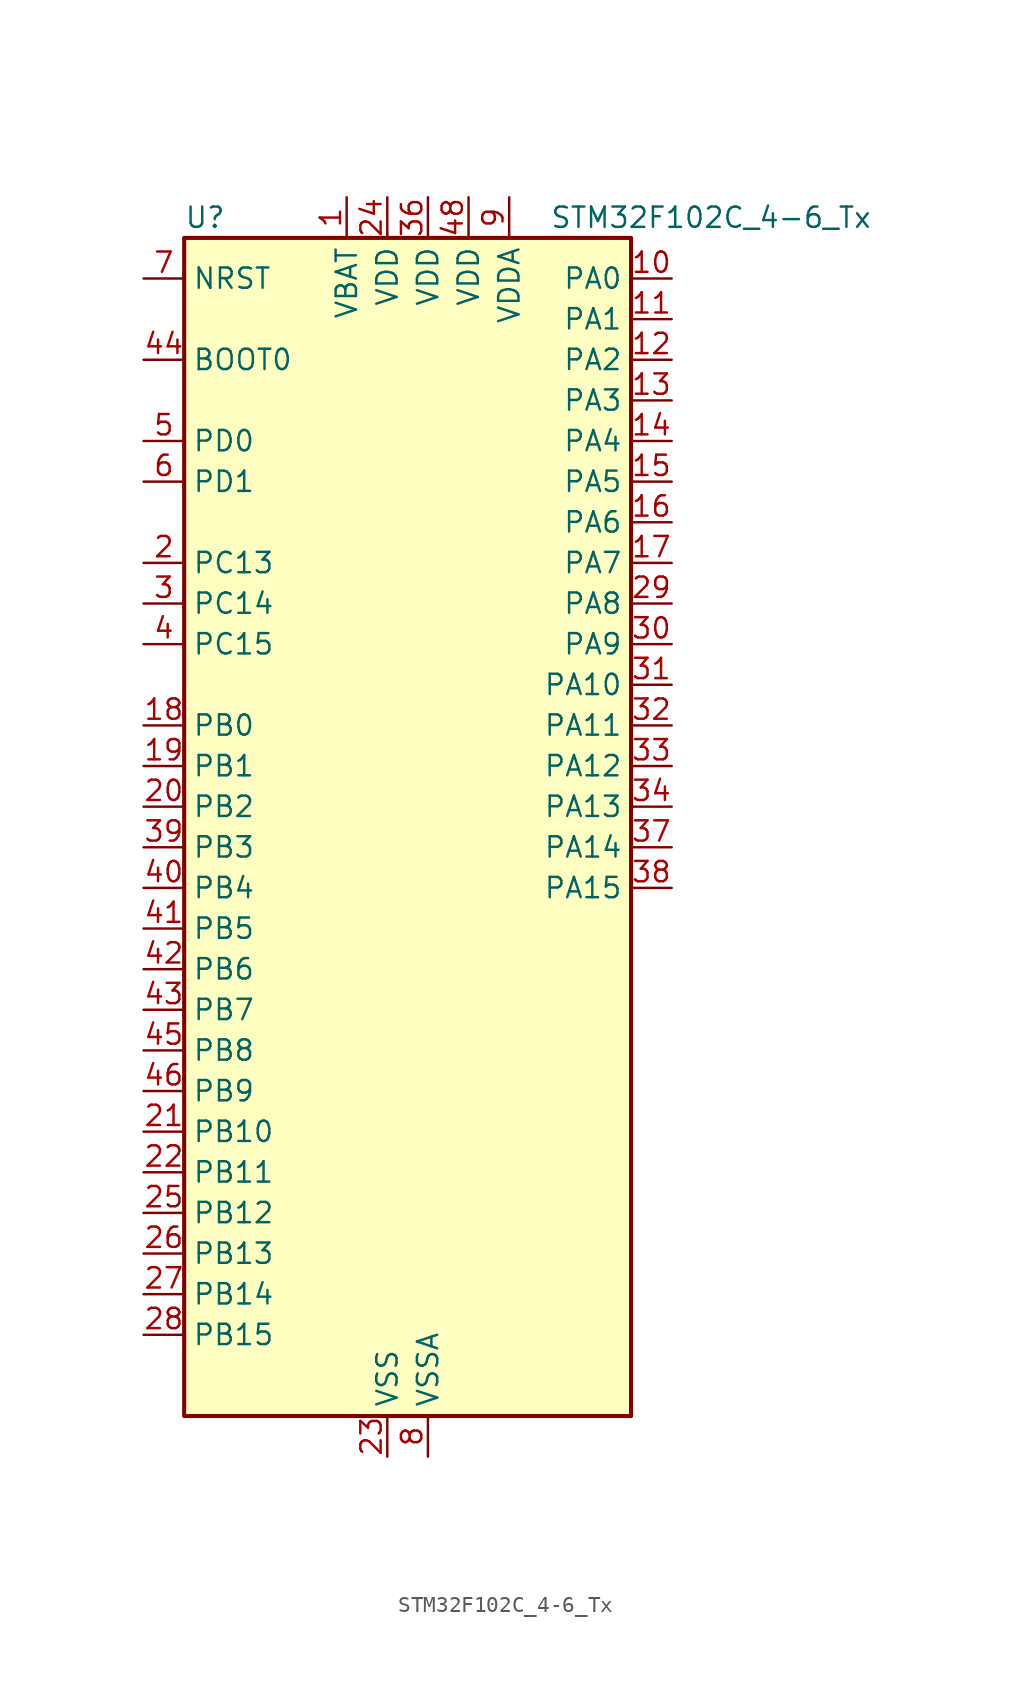
<source format=kicad_sym>
(kicad_symbol_lib
  (version 20231120)
  (generator "kicad_symbol_editor")
  (generator_version "8.0")
  (symbol "STM32F102C_4-6_Tx"
    (property "Reference" "U"
      (at -12.7 39.37 0)
      (effects (font (size 1.27 1.27)) (justify left)))
    (property "Value" "STM32F102C_4-6_Tx"
      (at 10.16 39.37 0)
      (effects (font (size 1.27 1.27)) (justify left)))
    (property "ki_locked" ""
      (at 0 0 0)
      (effects (font (size 1.27 1.27))))
    (symbol "STM32F102C_4-6_Tx_0_1"
      (rectangle (start -12.7 -35.56) (end 15.24 38.1) (stroke (width 0.254) (type default)) (fill (type background))))
    (symbol "STM32F102C_4-6_Tx_1_1"
      (pin power_in line (at -2.54 40.64 270) (length 2.54) (name "VBAT" (effects (font (size 1.27 1.27)))) (number "1" (effects (font (size 1.27 1.27)))))
      (pin bidirectional line (at 17.78 35.56 180) (length 2.54) (name "PA0" (effects (font (size 1.27 1.27)))) (number "10" (effects (font (size 1.27 1.27)))) (alternate "ADC1_IN0" bidirectional line) (alternate "SYS_WKUP" bidirectional line) (alternate "TIM2_CH1" bidirectional line) (alternate "TIM2_ETR" bidirectional line) (alternate "USART2_CTS" bidirectional line))
      (pin bidirectional line (at 17.78 33.02 180) (length 2.54) (name "PA1" (effects (font (size 1.27 1.27)))) (number "11" (effects (font (size 1.27 1.27)))) (alternate "ADC1_IN1" bidirectional line) (alternate "TIM2_CH2" bidirectional line) (alternate "USART2_RTS" bidirectional line))
      (pin bidirectional line (at 17.78 30.48 180) (length 2.54) (name "PA2" (effects (font (size 1.27 1.27)))) (number "12" (effects (font (size 1.27 1.27)))) (alternate "ADC1_IN2" bidirectional line) (alternate "TIM2_CH3" bidirectional line) (alternate "USART2_TX" bidirectional line))
      (pin bidirectional line (at 17.78 27.94 180) (length 2.54) (name "PA3" (effects (font (size 1.27 1.27)))) (number "13" (effects (font (size 1.27 1.27)))) (alternate "ADC1_IN3" bidirectional line) (alternate "TIM2_CH4" bidirectional line) (alternate "USART2_RX" bidirectional line))
      (pin bidirectional line (at 17.78 25.4 180) (length 2.54) (name "PA4" (effects (font (size 1.27 1.27)))) (number "14" (effects (font (size 1.27 1.27)))) (alternate "ADC1_IN4" bidirectional line) (alternate "SPI1_NSS" bidirectional line) (alternate "USART2_CK" bidirectional line))
      (pin bidirectional line (at 17.78 22.86 180) (length 2.54) (name "PA5" (effects (font (size 1.27 1.27)))) (number "15" (effects (font (size 1.27 1.27)))) (alternate "ADC1_IN5" bidirectional line) (alternate "SPI1_SCK" bidirectional line))
      (pin bidirectional line (at 17.78 20.32 180) (length 2.54) (name "PA6" (effects (font (size 1.27 1.27)))) (number "16" (effects (font (size 1.27 1.27)))) (alternate "ADC1_IN6" bidirectional line) (alternate "SPI1_MISO" bidirectional line) (alternate "TIM3_CH1" bidirectional line))
      (pin bidirectional line (at 17.78 17.78 180) (length 2.54) (name "PA7" (effects (font (size 1.27 1.27)))) (number "17" (effects (font (size 1.27 1.27)))) (alternate "ADC1_IN7" bidirectional line) (alternate "SPI1_MOSI" bidirectional line) (alternate "TIM3_CH2" bidirectional line))
      (pin bidirectional line (at -15.24 7.62 0) (length 2.54) (name "PB0" (effects (font (size 1.27 1.27)))) (number "18" (effects (font (size 1.27 1.27)))) (alternate "ADC1_IN8" bidirectional line) (alternate "TIM3_CH3" bidirectional line))
      (pin bidirectional line (at -15.24 5.08 0) (length 2.54) (name "PB1" (effects (font (size 1.27 1.27)))) (number "19" (effects (font (size 1.27 1.27)))) (alternate "ADC1_IN9" bidirectional line) (alternate "TIM3_CH4" bidirectional line))
      (pin bidirectional line (at -15.24 17.78 0) (length 2.54) (name "PC13" (effects (font (size 1.27 1.27)))) (number "2" (effects (font (size 1.27 1.27)))) (alternate "RTC_OUT" bidirectional line) (alternate "RTC_TAMPER" bidirectional line))
      (pin bidirectional line (at -15.24 2.54 0) (length 2.54) (name "PB2" (effects (font (size 1.27 1.27)))) (number "20" (effects (font (size 1.27 1.27)))))
      (pin bidirectional line (at -15.24 -17.78 0) (length 2.54) (name "PB10" (effects (font (size 1.27 1.27)))) (number "21" (effects (font (size 1.27 1.27)))) (alternate "TIM2_CH3" bidirectional line))
      (pin bidirectional line (at -15.24 -20.32 0) (length 2.54) (name "PB11" (effects (font (size 1.27 1.27)))) (number "22" (effects (font (size 1.27 1.27)))) (alternate "ADC1_EXTI11" bidirectional line) (alternate "TIM2_CH4" bidirectional line))
      (pin power_in line (at 0 -38.1 90) (length 2.54) (name "VSS" (effects (font (size 1.27 1.27)))) (number "23" (effects (font (size 1.27 1.27)))))
      (pin power_in line (at 0 40.64 270) (length 2.54) (name "VDD" (effects (font (size 1.27 1.27)))) (number "24" (effects (font (size 1.27 1.27)))))
      (pin bidirectional line (at -15.24 -22.86 0) (length 2.54) (name "PB12" (effects (font (size 1.27 1.27)))) (number "25" (effects (font (size 1.27 1.27)))))
      (pin bidirectional line (at -15.24 -25.4 0) (length 2.54) (name "PB13" (effects (font (size 1.27 1.27)))) (number "26" (effects (font (size 1.27 1.27)))))
      (pin bidirectional line (at -15.24 -27.94 0) (length 2.54) (name "PB14" (effects (font (size 1.27 1.27)))) (number "27" (effects (font (size 1.27 1.27)))))
      (pin bidirectional line (at -15.24 -30.48 0) (length 2.54) (name "PB15" (effects (font (size 1.27 1.27)))) (number "28" (effects (font (size 1.27 1.27)))) (alternate "ADC1_EXTI15" bidirectional line))
      (pin bidirectional line (at 17.78 15.24 180) (length 2.54) (name "PA8" (effects (font (size 1.27 1.27)))) (number "29" (effects (font (size 1.27 1.27)))) (alternate "RCC_MCO" bidirectional line) (alternate "USART1_CK" bidirectional line))
      (pin bidirectional line (at -15.24 15.24 0) (length 2.54) (name "PC14" (effects (font (size 1.27 1.27)))) (number "3" (effects (font (size 1.27 1.27)))) (alternate "RCC_OSC32_IN" bidirectional line))
      (pin bidirectional line (at 17.78 12.7 180) (length 2.54) (name "PA9" (effects (font (size 1.27 1.27)))) (number "30" (effects (font (size 1.27 1.27)))) (alternate "USART1_TX" bidirectional line))
      (pin bidirectional line (at 17.78 10.16 180) (length 2.54) (name "PA10" (effects (font (size 1.27 1.27)))) (number "31" (effects (font (size 1.27 1.27)))) (alternate "USART1_RX" bidirectional line))
      (pin bidirectional line (at 17.78 7.62 180) (length 2.54) (name "PA11" (effects (font (size 1.27 1.27)))) (number "32" (effects (font (size 1.27 1.27)))) (alternate "ADC1_EXTI11" bidirectional line) (alternate "USART1_CTS" bidirectional line) (alternate "USB_DM" bidirectional line))
      (pin bidirectional line (at 17.78 5.08 180) (length 2.54) (name "PA12" (effects (font (size 1.27 1.27)))) (number "33" (effects (font (size 1.27 1.27)))) (alternate "USART1_RTS" bidirectional line) (alternate "USB_DP" bidirectional line))
      (pin bidirectional line (at 17.78 2.54 180) (length 2.54) (name "PA13" (effects (font (size 1.27 1.27)))) (number "34" (effects (font (size 1.27 1.27)))) (alternate "SYS_JTMS-SWDIO" bidirectional line))
      (pin passive line (at 0 -38.1 90) (length 2.54) hide (name "VSS" (effects (font (size 1.27 1.27)))) (number "35" (effects (font (size 1.27 1.27)))))
      (pin power_in line (at 2.54 40.64 270) (length 2.54) (name "VDD" (effects (font (size 1.27 1.27)))) (number "36" (effects (font (size 1.27 1.27)))))
      (pin bidirectional line (at 17.78 0 180) (length 2.54) (name "PA14" (effects (font (size 1.27 1.27)))) (number "37" (effects (font (size 1.27 1.27)))) (alternate "SYS_JTCK-SWCLK" bidirectional line))
      (pin bidirectional line (at 17.78 -2.54 180) (length 2.54) (name "PA15" (effects (font (size 1.27 1.27)))) (number "38" (effects (font (size 1.27 1.27)))) (alternate "ADC1_EXTI15" bidirectional line) (alternate "SPI1_NSS" bidirectional line) (alternate "SYS_JTDI" bidirectional line) (alternate "TIM2_CH1" bidirectional line) (alternate "TIM2_ETR" bidirectional line))
      (pin bidirectional line (at -15.24 0 0) (length 2.54) (name "PB3" (effects (font (size 1.27 1.27)))) (number "39" (effects (font (size 1.27 1.27)))) (alternate "SPI1_SCK" bidirectional line) (alternate "SYS_JTDO-TRACESWO" bidirectional line) (alternate "TIM2_CH2" bidirectional line))
      (pin bidirectional line (at -15.24 12.7 0) (length 2.54) (name "PC15" (effects (font (size 1.27 1.27)))) (number "4" (effects (font (size 1.27 1.27)))) (alternate "ADC1_EXTI15" bidirectional line) (alternate "RCC_OSC32_OUT" bidirectional line))
      (pin bidirectional line (at -15.24 -2.54 0) (length 2.54) (name "PB4" (effects (font (size 1.27 1.27)))) (number "40" (effects (font (size 1.27 1.27)))) (alternate "SPI1_MISO" bidirectional line) (alternate "SYS_NJTRST" bidirectional line) (alternate "TIM3_CH1" bidirectional line))
      (pin bidirectional line (at -15.24 -5.08 0) (length 2.54) (name "PB5" (effects (font (size 1.27 1.27)))) (number "41" (effects (font (size 1.27 1.27)))) (alternate "I2C1_SMBA" bidirectional line) (alternate "SPI1_MOSI" bidirectional line) (alternate "TIM3_CH2" bidirectional line))
      (pin bidirectional line (at -15.24 -7.62 0) (length 2.54) (name "PB6" (effects (font (size 1.27 1.27)))) (number "42" (effects (font (size 1.27 1.27)))) (alternate "I2C1_SCL" bidirectional line) (alternate "USART1_TX" bidirectional line))
      (pin bidirectional line (at -15.24 -10.16 0) (length 2.54) (name "PB7" (effects (font (size 1.27 1.27)))) (number "43" (effects (font (size 1.27 1.27)))) (alternate "I2C1_SDA" bidirectional line) (alternate "USART1_RX" bidirectional line))
      (pin input line (at -15.24 30.48 0) (length 2.54) (name "BOOT0" (effects (font (size 1.27 1.27)))) (number "44" (effects (font (size 1.27 1.27)))))
      (pin bidirectional line (at -15.24 -12.7 0) (length 2.54) (name "PB8" (effects (font (size 1.27 1.27)))) (number "45" (effects (font (size 1.27 1.27)))) (alternate "I2C1_SCL" bidirectional line))
      (pin bidirectional line (at -15.24 -15.24 0) (length 2.54) (name "PB9" (effects (font (size 1.27 1.27)))) (number "46" (effects (font (size 1.27 1.27)))) (alternate "I2C1_SDA" bidirectional line))
      (pin passive line (at 0 -38.1 90) (length 2.54) hide (name "VSS" (effects (font (size 1.27 1.27)))) (number "47" (effects (font (size 1.27 1.27)))))
      (pin power_in line (at 5.08 40.64 270) (length 2.54) (name "VDD" (effects (font (size 1.27 1.27)))) (number "48" (effects (font (size 1.27 1.27)))))
      (pin bidirectional line (at -15.24 25.4 0) (length 2.54) (name "PD0" (effects (font (size 1.27 1.27)))) (number "5" (effects (font (size 1.27 1.27)))) (alternate "RCC_OSC_IN" bidirectional line))
      (pin bidirectional line (at -15.24 22.86 0) (length 2.54) (name "PD1" (effects (font (size 1.27 1.27)))) (number "6" (effects (font (size 1.27 1.27)))) (alternate "RCC_OSC_OUT" bidirectional line))
      (pin input line (at -15.24 35.56 0) (length 2.54) (name "NRST" (effects (font (size 1.27 1.27)))) (number "7" (effects (font (size 1.27 1.27)))))
      (pin power_in line (at 2.54 -38.1 90) (length 2.54) (name "VSSA" (effects (font (size 1.27 1.27)))) (number "8" (effects (font (size 1.27 1.27)))))
      (pin power_in line (at 7.62 40.64 270) (length 2.54) (name "VDDA" (effects (font (size 1.27 1.27)))) (number "9" (effects (font (size 1.27 1.27))))))))
</source>
